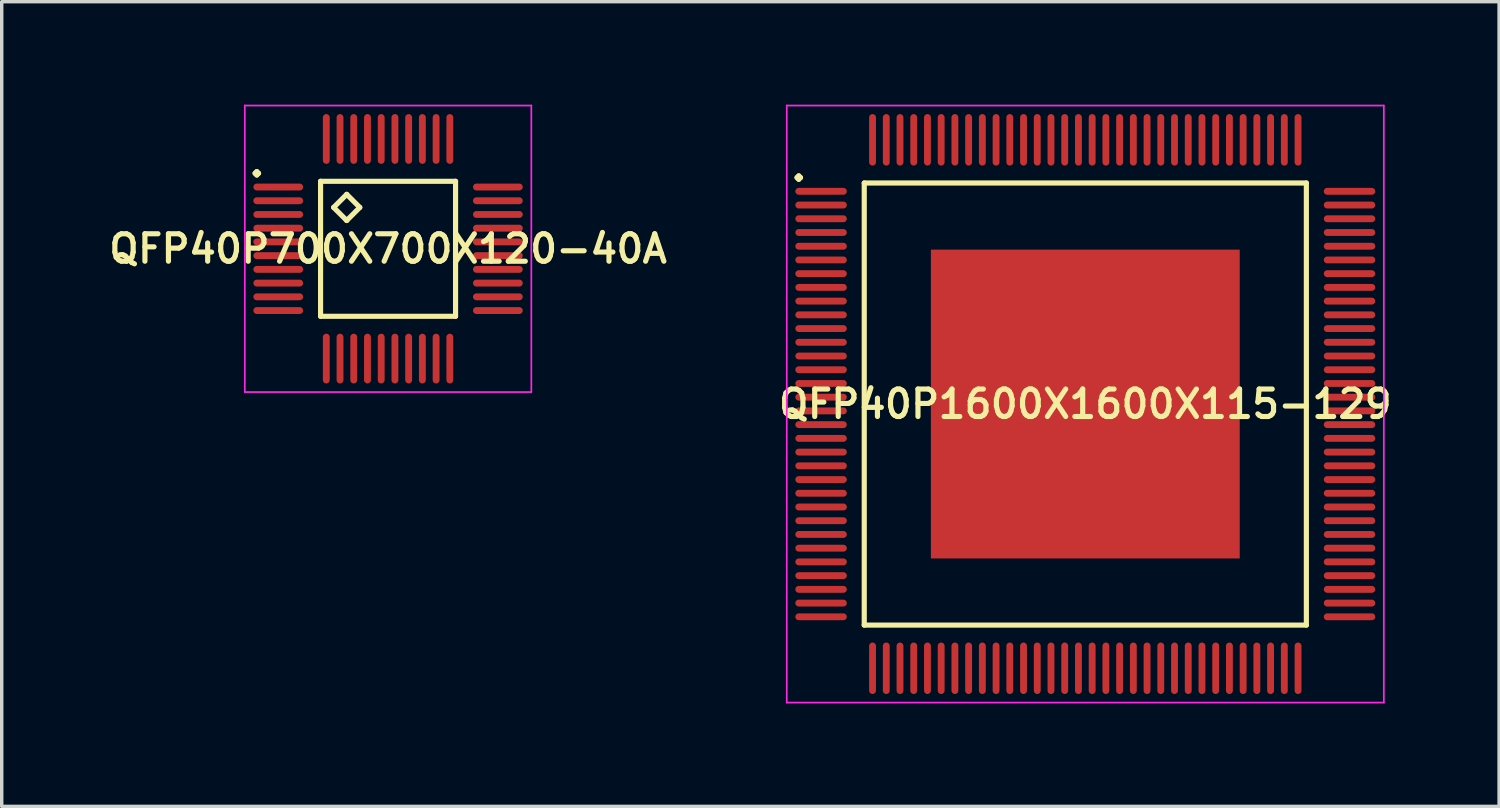
<source format=kicad_pcb>
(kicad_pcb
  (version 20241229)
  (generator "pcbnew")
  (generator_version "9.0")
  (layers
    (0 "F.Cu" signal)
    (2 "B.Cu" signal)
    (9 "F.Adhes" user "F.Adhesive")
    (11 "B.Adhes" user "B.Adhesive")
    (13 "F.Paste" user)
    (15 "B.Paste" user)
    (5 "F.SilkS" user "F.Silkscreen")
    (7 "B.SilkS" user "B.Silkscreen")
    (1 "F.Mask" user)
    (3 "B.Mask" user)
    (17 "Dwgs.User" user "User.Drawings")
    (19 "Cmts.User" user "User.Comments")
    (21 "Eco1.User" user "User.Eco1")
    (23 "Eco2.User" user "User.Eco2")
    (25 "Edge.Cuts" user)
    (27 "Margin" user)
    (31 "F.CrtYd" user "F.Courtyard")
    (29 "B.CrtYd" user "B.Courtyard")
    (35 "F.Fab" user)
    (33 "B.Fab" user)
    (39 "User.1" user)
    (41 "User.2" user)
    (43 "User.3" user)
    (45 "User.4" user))
  (footprint "QFP40P700X700X120-40A"
    (layer "F.Cu")
    (at 8.259 4.2)
    (property "Reference" "QFP40P700X700X120-40A" (at 0 0 0) (layer "F.SilkS") (effects (font (size 0.8 0.8) (thickness 0.15))))
    (attr smd)
    (fp_line (start -3.875 -2.2) (end -3.825 -2.25) (stroke (width 0.15) (type solid)) (layer "F.SilkS"))
    (fp_line (start -3.825 -2.25) (end -3.775 -2.2) (stroke (width 0.15) (type solid)) (layer "F.SilkS"))
    (fp_line (start -3.825 -2.15) (end -3.875 -2.2) (stroke (width 0.15) (type solid)) (layer "F.SilkS"))
    (fp_line (start -3.775 -2.2) (end -3.825 -2.15) (stroke (width 0.15) (type solid)) (layer "F.SilkS"))
    (fp_line (start -1.967 -1.967) (end -1.967 1.967) (stroke (width 0.15) (type solid)) (layer "F.SilkS"))
    (fp_line (start -1.967 1.967) (end 1.967 1.967) (stroke (width 0.15) (type solid)) (layer "F.SilkS"))
    (fp_line (start -1.586 -1.205) (end -1.205 -1.586) (stroke (width 0.15) (type solid)) (layer "F.SilkS"))
    (fp_line (start -1.205 -1.586) (end -0.824 -1.205) (stroke (width 0.15) (type solid)) (layer "F.SilkS"))
    (fp_line (start -1.205 -0.824) (end -1.586 -1.205) (stroke (width 0.15) (type solid)) (layer "F.SilkS"))
    (fp_line (start -0.824 -1.205) (end -1.205 -0.824) (stroke (width 0.15) (type solid)) (layer "F.SilkS"))
    (fp_line (start 1.967 -1.967) (end -1.967 -1.967) (stroke (width 0.15) (type solid)) (layer "F.SilkS"))
    (fp_line (start 1.967 1.967) (end 1.967 -1.967) (stroke (width 0.15) (type solid)) (layer "F.SilkS"))
    (fp_line (start -4.175 -4.175) (end 4.175 -4.175) (stroke (width 0.05) (type solid)) (layer "F.CrtYd"))
    (fp_line (start -4.175 4.175) (end -4.175 -4.175) (stroke (width 0.05) (type solid)) (layer "F.CrtYd"))
    (fp_line (start 4.175 -4.175) (end 4.175 4.175) (stroke (width 0.05) (type solid)) (layer "F.CrtYd"))
    (fp_line (start 4.175 4.175) (end -4.175 4.175) (stroke (width 0.05) (type solid)) (layer "F.CrtYd"))
    (pad "1" smd oval (at -3.2 -1.8) (size 1.45 0.2) (layers "F.Cu" "F.Mask" "F.Paste"))
    (pad "2" smd oval (at -3.2 -1.4) (size 1.45 0.2) (layers "F.Cu" "F.Mask" "F.Paste"))
    (pad "3" smd oval (at -3.2 -1) (size 1.45 0.2) (layers "F.Cu" "F.Mask" "F.Paste"))
    (pad "4" smd oval (at -3.2 -0.6) (size 1.45 0.2) (layers "F.Cu" "F.Mask" "F.Paste"))
    (pad "5" smd oval (at -3.2 -0.2) (size 1.45 0.2) (layers "F.Cu" "F.Mask" "F.Paste"))
    (pad "6" smd oval (at -3.2 0.2) (size 1.45 0.2) (layers "F.Cu" "F.Mask" "F.Paste"))
    (pad "7" smd oval (at -3.2 0.6) (size 1.45 0.2) (layers "F.Cu" "F.Mask" "F.Paste"))
    (pad "8" smd oval (at -3.2 1) (size 1.45 0.2) (layers "F.Cu" "F.Mask" "F.Paste"))
    (pad "9" smd oval (at -3.2 1.4) (size 1.45 0.2) (layers "F.Cu" "F.Mask" "F.Paste"))
    (pad "10" smd oval (at -3.2 1.8) (size 1.45 0.2) (layers "F.Cu" "F.Mask" "F.Paste"))
    (pad "11" smd oval (at -1.8 3.2) (size 0.2 1.45) (layers "F.Cu" "F.Mask" "F.Paste"))
    (pad "12" smd oval (at -1.4 3.2) (size 0.2 1.45) (layers "F.Cu" "F.Mask" "F.Paste"))
    (pad "13" smd oval (at -1 3.2) (size 0.2 1.45) (layers "F.Cu" "F.Mask" "F.Paste"))
    (pad "14" smd oval (at -0.6 3.2) (size 0.2 1.45) (layers "F.Cu" "F.Mask" "F.Paste"))
    (pad "15" smd oval (at -0.2 3.2) (size 0.2 1.45) (layers "F.Cu" "F.Mask" "F.Paste"))
    (pad "16" smd oval (at 0.2 3.2) (size 0.2 1.45) (layers "F.Cu" "F.Mask" "F.Paste"))
    (pad "17" smd oval (at 0.6 3.2) (size 0.2 1.45) (layers "F.Cu" "F.Mask" "F.Paste"))
    (pad "18" smd oval (at 1 3.2) (size 0.2 1.45) (layers "F.Cu" "F.Mask" "F.Paste"))
    (pad "19" smd oval (at 1.4 3.2) (size 0.2 1.45) (layers "F.Cu" "F.Mask" "F.Paste"))
    (pad "20" smd oval (at 1.8 3.2) (size 0.2 1.45) (layers "F.Cu" "F.Mask" "F.Paste"))
    (pad "21" smd oval (at 3.2 1.8) (size 1.45 0.2) (layers "F.Cu" "F.Mask" "F.Paste"))
    (pad "22" smd oval (at 3.2 1.4) (size 1.45 0.2) (layers "F.Cu" "F.Mask" "F.Paste"))
    (pad "23" smd oval (at 3.2 1) (size 1.45 0.2) (layers "F.Cu" "F.Mask" "F.Paste"))
    (pad "24" smd oval (at 3.2 0.6) (size 1.45 0.2) (layers "F.Cu" "F.Mask" "F.Paste"))
    (pad "25" smd oval (at 3.2 0.2) (size 1.45 0.2) (layers "F.Cu" "F.Mask" "F.Paste"))
    (pad "26" smd oval (at 3.2 -0.2) (size 1.45 0.2) (layers "F.Cu" "F.Mask" "F.Paste"))
    (pad "27" smd oval (at 3.2 -0.6) (size 1.45 0.2) (layers "F.Cu" "F.Mask" "F.Paste"))
    (pad "28" smd oval (at 3.2 -1) (size 1.45 0.2) (layers "F.Cu" "F.Mask" "F.Paste"))
    (pad "29" smd oval (at 3.2 -1.4) (size 1.45 0.2) (layers "F.Cu" "F.Mask" "F.Paste"))
    (pad "30" smd oval (at 3.2 -1.8) (size 1.45 0.2) (layers "F.Cu" "F.Mask" "F.Paste"))
    (pad "31" smd oval (at 1.8 -3.2) (size 0.2 1.45) (layers "F.Cu" "F.Mask" "F.Paste"))
    (pad "32" smd oval (at 1.4 -3.2) (size 0.2 1.45) (layers "F.Cu" "F.Mask" "F.Paste"))
    (pad "33" smd oval (at 1 -3.2) (size 0.2 1.45) (layers "F.Cu" "F.Mask" "F.Paste"))
    (pad "34" smd oval (at 0.6 -3.2) (size 0.2 1.45) (layers "F.Cu" "F.Mask" "F.Paste"))
    (pad "35" smd oval (at 0.2 -3.2) (size 0.2 1.45) (layers "F.Cu" "F.Mask" "F.Paste"))
    (pad "36" smd oval (at -0.2 -3.2) (size 0.2 1.45) (layers "F.Cu" "F.Mask" "F.Paste"))
    (pad "37" smd oval (at -0.6 -3.2) (size 0.2 1.45) (layers "F.Cu" "F.Mask" "F.Paste"))
    (pad "38" smd oval (at -1 -3.2) (size 0.2 1.45) (layers "F.Cu" "F.Mask" "F.Paste"))
    (pad "39" smd oval (at -1.4 -3.2) (size 0.2 1.45) (layers "F.Cu" "F.Mask" "F.Paste"))
    (pad "40" smd oval (at -1.8 -3.2) (size 0.2 1.45) (layers "F.Cu" "F.Mask" "F.Paste")))
  (footprint "QFP40P1600X1600X115-129"
    (layer "F.Cu")
    (at 28.578 8.725)
    (property "Reference" "QFP40P1600X1600X115-129" (at 0 0 0) (layer "F.SilkS") (effects (font (size 0.8 0.8) (thickness 0.15))))
    (attr smd)
    (fp_line (start -8.4 -6.6) (end -8.35 -6.65) (stroke (width 0.15) (type solid)) (layer "F.SilkS"))
    (fp_line (start -8.35 -6.65) (end -8.3 -6.6) (stroke (width 0.15) (type solid)) (layer "F.SilkS"))
    (fp_line (start -8.35 -6.55) (end -8.4 -6.6) (stroke (width 0.15) (type solid)) (layer "F.SilkS"))
    (fp_line (start -8.3 -6.6) (end -8.35 -6.55) (stroke (width 0.15) (type solid)) (layer "F.SilkS"))
    (fp_line (start -6.442 -6.442) (end -6.442 6.442) (stroke (width 0.15) (type solid)) (layer "F.SilkS"))
    (fp_line (start -6.442 6.442) (end 6.442 6.442) (stroke (width 0.15) (type solid)) (layer "F.SilkS"))
    (fp_line (start 6.442 -6.442) (end -6.442 -6.442) (stroke (width 0.15) (type solid)) (layer "F.SilkS"))
    (fp_line (start 6.442 6.442) (end 6.442 -6.442) (stroke (width 0.15) (type solid)) (layer "F.SilkS"))
    (fp_line (start -8.7 -8.7) (end 8.7 -8.7) (stroke (width 0.05) (type solid)) (layer "F.CrtYd"))
    (fp_line (start -8.7 8.7) (end -8.7 -8.7) (stroke (width 0.05) (type solid)) (layer "F.CrtYd"))
    (fp_line (start 8.7 -8.7) (end 8.7 8.7) (stroke (width 0.05) (type solid)) (layer "F.CrtYd"))
    (fp_line (start 8.7 8.7) (end -8.7 8.7) (stroke (width 0.05) (type solid)) (layer "F.CrtYd"))
    (pad "1" smd oval (at -7.7 -6.2) (size 1.5 0.2) (layers "F.Cu" "F.Mask" "F.Paste"))
    (pad "2" smd oval (at -7.7 -5.8) (size 1.5 0.2) (layers "F.Cu" "F.Mask" "F.Paste"))
    (pad "3" smd oval (at -7.7 -5.4) (size 1.5 0.2) (layers "F.Cu" "F.Mask" "F.Paste"))
    (pad "4" smd oval (at -7.7 -5) (size 1.5 0.2) (layers "F.Cu" "F.Mask" "F.Paste"))
    (pad "5" smd oval (at -7.7 -4.6) (size 1.5 0.2) (layers "F.Cu" "F.Mask" "F.Paste"))
    (pad "6" smd oval (at -7.7 -4.2) (size 1.5 0.2) (layers "F.Cu" "F.Mask" "F.Paste"))
    (pad "7" smd oval (at -7.7 -3.8) (size 1.5 0.2) (layers "F.Cu" "F.Mask" "F.Paste"))
    (pad "8" smd oval (at -7.7 -3.4) (size 1.5 0.2) (layers "F.Cu" "F.Mask" "F.Paste"))
    (pad "9" smd oval (at -7.7 -3) (size 1.5 0.2) (layers "F.Cu" "F.Mask" "F.Paste"))
    (pad "10" smd oval (at -7.7 -2.6) (size 1.5 0.2) (layers "F.Cu" "F.Mask" "F.Paste"))
    (pad "11" smd oval (at -7.7 -2.2) (size 1.5 0.2) (layers "F.Cu" "F.Mask" "F.Paste"))
    (pad "12" smd oval (at -7.7 -1.8) (size 1.5 0.2) (layers "F.Cu" "F.Mask" "F.Paste"))
    (pad "13" smd oval (at -7.7 -1.4) (size 1.5 0.2) (layers "F.Cu" "F.Mask" "F.Paste"))
    (pad "14" smd oval (at -7.7 -1) (size 1.5 0.2) (layers "F.Cu" "F.Mask" "F.Paste"))
    (pad "15" smd oval (at -7.7 -0.6) (size 1.5 0.2) (layers "F.Cu" "F.Mask" "F.Paste"))
    (pad "16" smd oval (at -7.7 -0.2) (size 1.5 0.2) (layers "F.Cu" "F.Mask" "F.Paste"))
    (pad "17" smd oval (at -7.7 0.2) (size 1.5 0.2) (layers "F.Cu" "F.Mask" "F.Paste"))
    (pad "18" smd oval (at -7.7 0.6) (size 1.5 0.2) (layers "F.Cu" "F.Mask" "F.Paste"))
    (pad "19" smd oval (at -7.7 1) (size 1.5 0.2) (layers "F.Cu" "F.Mask" "F.Paste"))
    (pad "20" smd oval (at -7.7 1.4) (size 1.5 0.2) (layers "F.Cu" "F.Mask" "F.Paste"))
    (pad "21" smd oval (at -7.7 1.8) (size 1.5 0.2) (layers "F.Cu" "F.Mask" "F.Paste"))
    (pad "22" smd oval (at -7.7 2.2) (size 1.5 0.2) (layers "F.Cu" "F.Mask" "F.Paste"))
    (pad "23" smd oval (at -7.7 2.6) (size 1.5 0.2) (layers "F.Cu" "F.Mask" "F.Paste"))
    (pad "24" smd oval (at -7.7 3) (size 1.5 0.2) (layers "F.Cu" "F.Mask" "F.Paste"))
    (pad "25" smd oval (at -7.7 3.4) (size 1.5 0.2) (layers "F.Cu" "F.Mask" "F.Paste"))
    (pad "26" smd oval (at -7.7 3.8) (size 1.5 0.2) (layers "F.Cu" "F.Mask" "F.Paste"))
    (pad "27" smd oval (at -7.7 4.2) (size 1.5 0.2) (layers "F.Cu" "F.Mask" "F.Paste"))
    (pad "28" smd oval (at -7.7 4.6) (size 1.5 0.2) (layers "F.Cu" "F.Mask" "F.Paste"))
    (pad "29" smd oval (at -7.7 5) (size 1.5 0.2) (layers "F.Cu" "F.Mask" "F.Paste"))
    (pad "30" smd oval (at -7.7 5.4) (size 1.5 0.2) (layers "F.Cu" "F.Mask" "F.Paste"))
    (pad "31" smd oval (at -7.7 5.8) (size 1.5 0.2) (layers "F.Cu" "F.Mask" "F.Paste"))
    (pad "32" smd oval (at -7.7 6.2) (size 1.5 0.2) (layers "F.Cu" "F.Mask" "F.Paste"))
    (pad "33" smd oval (at -6.2 7.7) (size 0.2 1.5) (layers "F.Cu" "F.Mask" "F.Paste"))
    (pad "34" smd oval (at -5.8 7.7) (size 0.2 1.5) (layers "F.Cu" "F.Mask" "F.Paste"))
    (pad "35" smd oval (at -5.4 7.7) (size 0.2 1.5) (layers "F.Cu" "F.Mask" "F.Paste"))
    (pad "36" smd oval (at -5 7.7) (size 0.2 1.5) (layers "F.Cu" "F.Mask" "F.Paste"))
    (pad "37" smd oval (at -4.6 7.7) (size 0.2 1.5) (layers "F.Cu" "F.Mask" "F.Paste"))
    (pad "38" smd oval (at -4.2 7.7) (size 0.2 1.5) (layers "F.Cu" "F.Mask" "F.Paste"))
    (pad "39" smd oval (at -3.8 7.7) (size 0.2 1.5) (layers "F.Cu" "F.Mask" "F.Paste"))
    (pad "40" smd oval (at -3.4 7.7) (size 0.2 1.5) (layers "F.Cu" "F.Mask" "F.Paste"))
    (pad "41" smd oval (at -3 7.7) (size 0.2 1.5) (layers "F.Cu" "F.Mask" "F.Paste"))
    (pad "42" smd oval (at -2.6 7.7) (size 0.2 1.5) (layers "F.Cu" "F.Mask" "F.Paste"))
    (pad "43" smd oval (at -2.2 7.7) (size 0.2 1.5) (layers "F.Cu" "F.Mask" "F.Paste"))
    (pad "44" smd oval (at -1.8 7.7) (size 0.2 1.5) (layers "F.Cu" "F.Mask" "F.Paste"))
    (pad "45" smd oval (at -1.4 7.7) (size 0.2 1.5) (layers "F.Cu" "F.Mask" "F.Paste"))
    (pad "46" smd oval (at -1 7.7) (size 0.2 1.5) (layers "F.Cu" "F.Mask" "F.Paste"))
    (pad "47" smd oval (at -0.6 7.7) (size 0.2 1.5) (layers "F.Cu" "F.Mask" "F.Paste"))
    (pad "48" smd oval (at -0.2 7.7) (size 0.2 1.5) (layers "F.Cu" "F.Mask" "F.Paste"))
    (pad "49" smd oval (at 0.2 7.7) (size 0.2 1.5) (layers "F.Cu" "F.Mask" "F.Paste"))
    (pad "50" smd oval (at 0.6 7.7) (size 0.2 1.5) (layers "F.Cu" "F.Mask" "F.Paste"))
    (pad "51" smd oval (at 1 7.7) (size 0.2 1.5) (layers "F.Cu" "F.Mask" "F.Paste"))
    (pad "52" smd oval (at 1.4 7.7) (size 0.2 1.5) (layers "F.Cu" "F.Mask" "F.Paste"))
    (pad "53" smd oval (at 1.8 7.7) (size 0.2 1.5) (layers "F.Cu" "F.Mask" "F.Paste"))
    (pad "54" smd oval (at 2.2 7.7) (size 0.2 1.5) (layers "F.Cu" "F.Mask" "F.Paste"))
    (pad "55" smd oval (at 2.6 7.7) (size 0.2 1.5) (layers "F.Cu" "F.Mask" "F.Paste"))
    (pad "56" smd oval (at 3 7.7) (size 0.2 1.5) (layers "F.Cu" "F.Mask" "F.Paste"))
    (pad "57" smd oval (at 3.4 7.7) (size 0.2 1.5) (layers "F.Cu" "F.Mask" "F.Paste"))
    (pad "58" smd oval (at 3.8 7.7) (size 0.2 1.5) (layers "F.Cu" "F.Mask" "F.Paste"))
    (pad "59" smd oval (at 4.2 7.7) (size 0.2 1.5) (layers "F.Cu" "F.Mask" "F.Paste"))
    (pad "60" smd oval (at 4.6 7.7) (size 0.2 1.5) (layers "F.Cu" "F.Mask" "F.Paste"))
    (pad "61" smd oval (at 5 7.7) (size 0.2 1.5) (layers "F.Cu" "F.Mask" "F.Paste"))
    (pad "62" smd oval (at 5.4 7.7) (size 0.2 1.5) (layers "F.Cu" "F.Mask" "F.Paste"))
    (pad "63" smd oval (at 5.8 7.7) (size 0.2 1.5) (layers "F.Cu" "F.Mask" "F.Paste"))
    (pad "64" smd oval (at 6.2 7.7) (size 0.2 1.5) (layers "F.Cu" "F.Mask" "F.Paste"))
    (pad "65" smd oval (at 7.7 6.2) (size 1.5 0.2) (layers "F.Cu" "F.Mask" "F.Paste"))
    (pad "66" smd oval (at 7.7 5.8) (size 1.5 0.2) (layers "F.Cu" "F.Mask" "F.Paste"))
    (pad "67" smd oval (at 7.7 5.4) (size 1.5 0.2) (layers "F.Cu" "F.Mask" "F.Paste"))
    (pad "68" smd oval (at 7.7 5) (size 1.5 0.2) (layers "F.Cu" "F.Mask" "F.Paste"))
    (pad "69" smd oval (at 7.7 4.6) (size 1.5 0.2) (layers "F.Cu" "F.Mask" "F.Paste"))
    (pad "70" smd oval (at 7.7 4.2) (size 1.5 0.2) (layers "F.Cu" "F.Mask" "F.Paste"))
    (pad "71" smd oval (at 7.7 3.8) (size 1.5 0.2) (layers "F.Cu" "F.Mask" "F.Paste"))
    (pad "72" smd oval (at 7.7 3.4) (size 1.5 0.2) (layers "F.Cu" "F.Mask" "F.Paste"))
    (pad "73" smd oval (at 7.7 3) (size 1.5 0.2) (layers "F.Cu" "F.Mask" "F.Paste"))
    (pad "74" smd oval (at 7.7 2.6) (size 1.5 0.2) (layers "F.Cu" "F.Mask" "F.Paste"))
    (pad "75" smd oval (at 7.7 2.2) (size 1.5 0.2) (layers "F.Cu" "F.Mask" "F.Paste"))
    (pad "76" smd oval (at 7.7 1.8) (size 1.5 0.2) (layers "F.Cu" "F.Mask" "F.Paste"))
    (pad "77" smd oval (at 7.7 1.4) (size 1.5 0.2) (layers "F.Cu" "F.Mask" "F.Paste"))
    (pad "78" smd oval (at 7.7 1) (size 1.5 0.2) (layers "F.Cu" "F.Mask" "F.Paste"))
    (pad "79" smd oval (at 7.7 0.6) (size 1.5 0.2) (layers "F.Cu" "F.Mask" "F.Paste"))
    (pad "80" smd oval (at 7.7 0.2) (size 1.5 0.2) (layers "F.Cu" "F.Mask" "F.Paste"))
    (pad "81" smd oval (at 7.7 -0.2) (size 1.5 0.2) (layers "F.Cu" "F.Mask" "F.Paste"))
    (pad "82" smd oval (at 7.7 -0.6) (size 1.5 0.2) (layers "F.Cu" "F.Mask" "F.Paste"))
    (pad "83" smd oval (at 7.7 -1) (size 1.5 0.2) (layers "F.Cu" "F.Mask" "F.Paste"))
    (pad "84" smd oval (at 7.7 -1.4) (size 1.5 0.2) (layers "F.Cu" "F.Mask" "F.Paste"))
    (pad "85" smd oval (at 7.7 -1.8) (size 1.5 0.2) (layers "F.Cu" "F.Mask" "F.Paste"))
    (pad "86" smd oval (at 7.7 -2.2) (size 1.5 0.2) (layers "F.Cu" "F.Mask" "F.Paste"))
    (pad "87" smd oval (at 7.7 -2.6) (size 1.5 0.2) (layers "F.Cu" "F.Mask" "F.Paste"))
    (pad "88" smd oval (at 7.7 -3) (size 1.5 0.2) (layers "F.Cu" "F.Mask" "F.Paste"))
    (pad "89" smd oval (at 7.7 -3.4) (size 1.5 0.2) (layers "F.Cu" "F.Mask" "F.Paste"))
    (pad "90" smd oval (at 7.7 -3.8) (size 1.5 0.2) (layers "F.Cu" "F.Mask" "F.Paste"))
    (pad "91" smd oval (at 7.7 -4.2) (size 1.5 0.2) (layers "F.Cu" "F.Mask" "F.Paste"))
    (pad "92" smd oval (at 7.7 -4.6) (size 1.5 0.2) (layers "F.Cu" "F.Mask" "F.Paste"))
    (pad "93" smd oval (at 7.7 -5) (size 1.5 0.2) (layers "F.Cu" "F.Mask" "F.Paste"))
    (pad "94" smd oval (at 7.7 -5.4) (size 1.5 0.2) (layers "F.Cu" "F.Mask" "F.Paste"))
    (pad "95" smd oval (at 7.7 -5.8) (size 1.5 0.2) (layers "F.Cu" "F.Mask" "F.Paste"))
    (pad "96" smd oval (at 7.7 -6.2) (size 1.5 0.2) (layers "F.Cu" "F.Mask" "F.Paste"))
    (pad "97" smd oval (at 6.2 -7.7) (size 0.2 1.5) (layers "F.Cu" "F.Mask" "F.Paste"))
    (pad "98" smd oval (at 5.8 -7.7) (size 0.2 1.5) (layers "F.Cu" "F.Mask" "F.Paste"))
    (pad "99" smd oval (at 5.4 -7.7) (size 0.2 1.5) (layers "F.Cu" "F.Mask" "F.Paste"))
    (pad "100" smd oval (at 5 -7.7) (size 0.2 1.5) (layers "F.Cu" "F.Mask" "F.Paste"))
    (pad "101" smd oval (at 4.6 -7.7) (size 0.2 1.5) (layers "F.Cu" "F.Mask" "F.Paste"))
    (pad "102" smd oval (at 4.2 -7.7) (size 0.2 1.5) (layers "F.Cu" "F.Mask" "F.Paste"))
    (pad "103" smd oval (at 3.8 -7.7) (size 0.2 1.5) (layers "F.Cu" "F.Mask" "F.Paste"))
    (pad "104" smd oval (at 3.4 -7.7) (size 0.2 1.5) (layers "F.Cu" "F.Mask" "F.Paste"))
    (pad "105" smd oval (at 3 -7.7) (size 0.2 1.5) (layers "F.Cu" "F.Mask" "F.Paste"))
    (pad "106" smd oval (at 2.6 -7.7) (size 0.2 1.5) (layers "F.Cu" "F.Mask" "F.Paste"))
    (pad "107" smd oval (at 2.2 -7.7) (size 0.2 1.5) (layers "F.Cu" "F.Mask" "F.Paste"))
    (pad "108" smd oval (at 1.8 -7.7) (size 0.2 1.5) (layers "F.Cu" "F.Mask" "F.Paste"))
    (pad "109" smd oval (at 1.4 -7.7) (size 0.2 1.5) (layers "F.Cu" "F.Mask" "F.Paste"))
    (pad "110" smd oval (at 1 -7.7) (size 0.2 1.5) (layers "F.Cu" "F.Mask" "F.Paste"))
    (pad "111" smd oval (at 0.6 -7.7) (size 0.2 1.5) (layers "F.Cu" "F.Mask" "F.Paste"))
    (pad "112" smd oval (at 0.2 -7.7) (size 0.2 1.5) (layers "F.Cu" "F.Mask" "F.Paste"))
    (pad "113" smd oval (at -0.2 -7.7) (size 0.2 1.5) (layers "F.Cu" "F.Mask" "F.Paste"))
    (pad "114" smd oval (at -0.6 -7.7) (size 0.2 1.5) (layers "F.Cu" "F.Mask" "F.Paste"))
    (pad "115" smd oval (at -1 -7.7) (size 0.2 1.5) (layers "F.Cu" "F.Mask" "F.Paste"))
    (pad "116" smd oval (at -1.4 -7.7) (size 0.2 1.5) (layers "F.Cu" "F.Mask" "F.Paste"))
    (pad "117" smd oval (at -1.8 -7.7) (size 0.2 1.5) (layers "F.Cu" "F.Mask" "F.Paste"))
    (pad "118" smd oval (at -2.2 -7.7) (size 0.2 1.5) (layers "F.Cu" "F.Mask" "F.Paste"))
    (pad "119" smd oval (at -2.6 -7.7) (size 0.2 1.5) (layers "F.Cu" "F.Mask" "F.Paste"))
    (pad "120" smd oval (at -3 -7.7) (size 0.2 1.5) (layers "F.Cu" "F.Mask" "F.Paste"))
    (pad "121" smd oval (at -3.4 -7.7) (size 0.2 1.5) (layers "F.Cu" "F.Mask" "F.Paste"))
    (pad "122" smd oval (at -3.8 -7.7) (size 0.2 1.5) (layers "F.Cu" "F.Mask" "F.Paste"))
    (pad "123" smd oval (at -4.2 -7.7) (size 0.2 1.5) (layers "F.Cu" "F.Mask" "F.Paste"))
    (pad "124" smd oval (at -4.6 -7.7) (size 0.2 1.5) (layers "F.Cu" "F.Mask" "F.Paste"))
    (pad "125" smd oval (at -5 -7.7) (size 0.2 1.5) (layers "F.Cu" "F.Mask" "F.Paste"))
    (pad "126" smd oval (at -5.4 -7.7) (size 0.2 1.5) (layers "F.Cu" "F.Mask" "F.Paste"))
    (pad "127" smd oval (at -5.8 -7.7) (size 0.2 1.5) (layers "F.Cu" "F.Mask" "F.Paste"))
    (pad "128" smd oval (at -6.2 -7.7) (size 0.2 1.5) (layers "F.Cu" "F.Mask" "F.Paste"))
    (pad "129" smd rect (at 0 0) (size 9 9) (layers "F.Cu" "F.Mask" "F.Paste")))
  (gr_rect
    (start -3 -3)
    (end 40.637 20.45)
    (stroke (width 0.1) (type default))
    (fill no)
    (layer "Edge.Cuts")))
</source>
